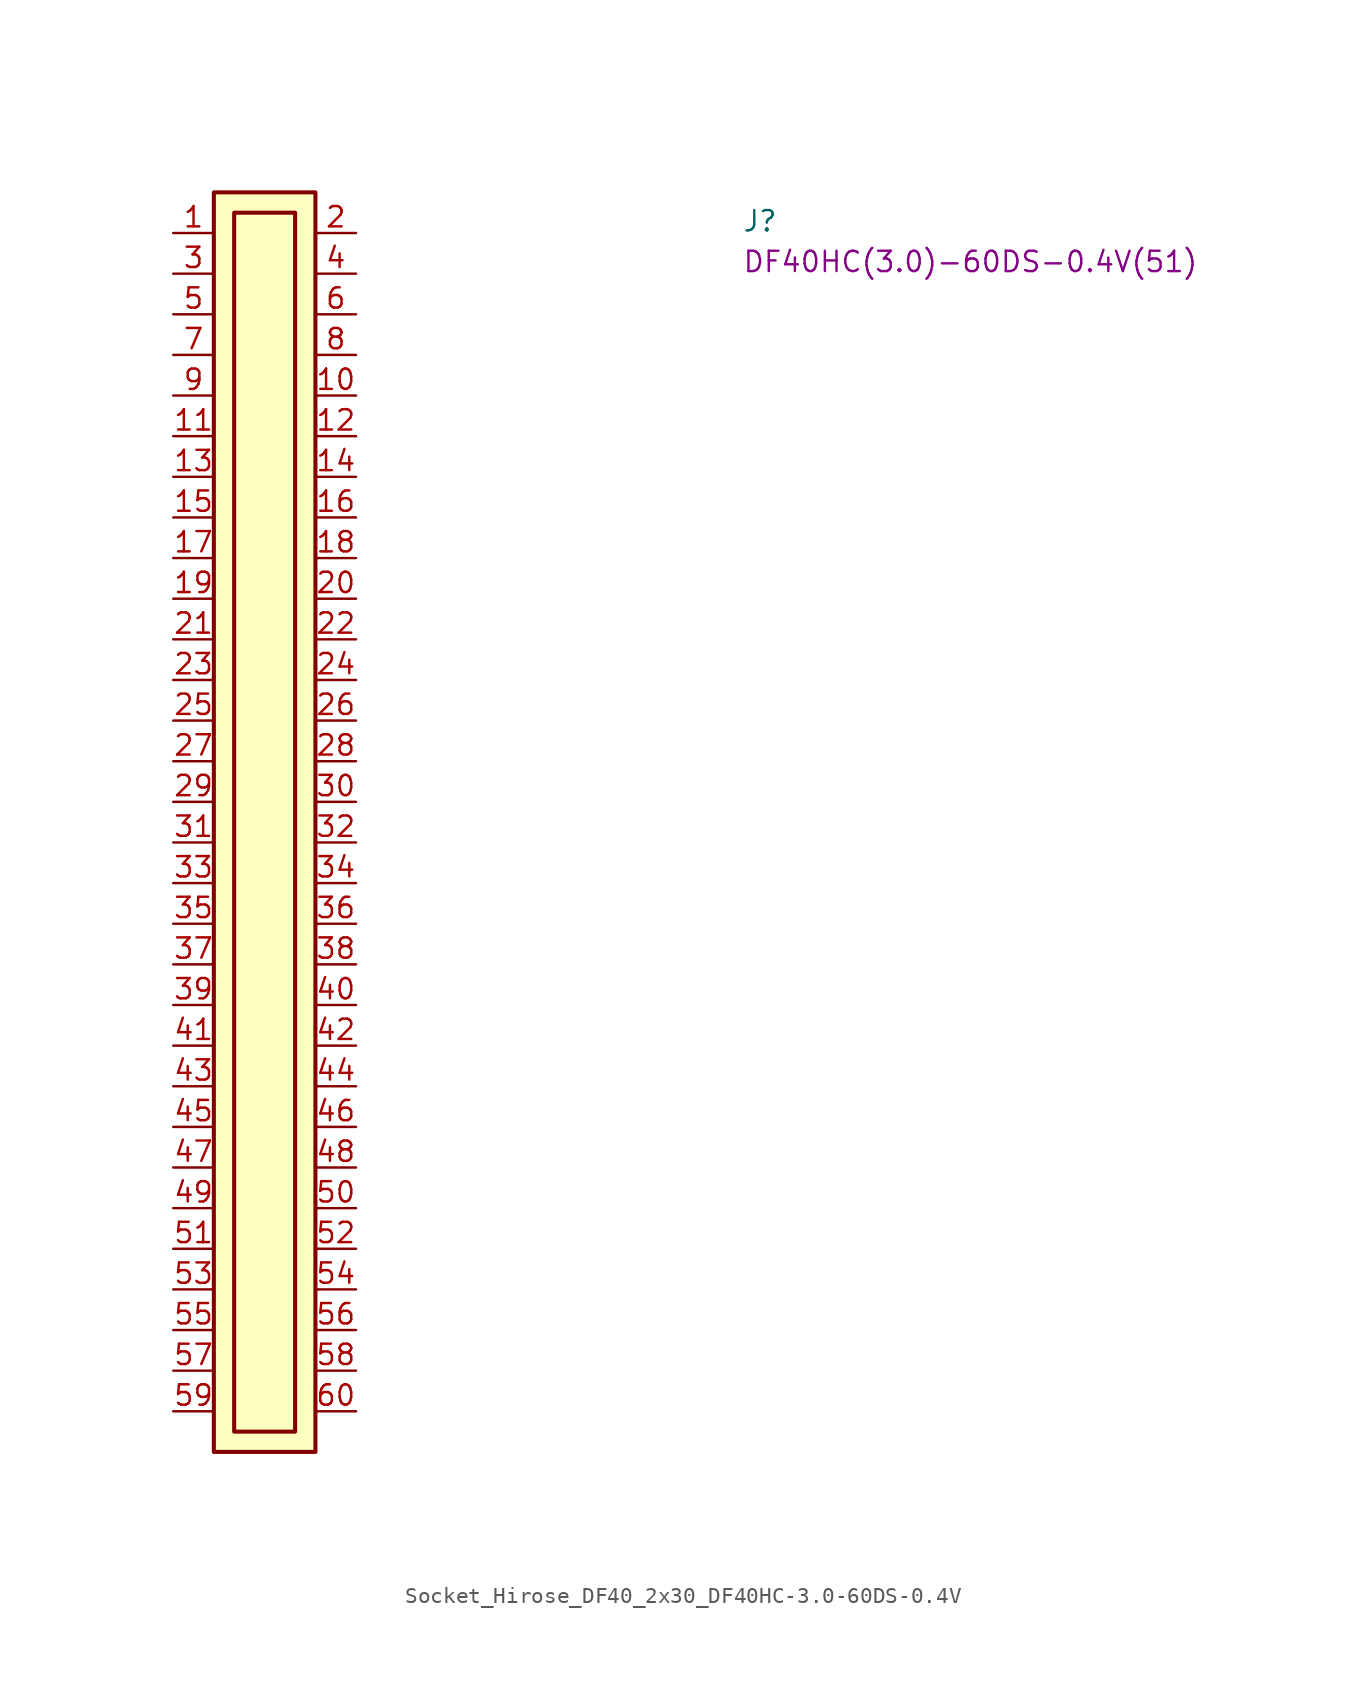
<source format=kicad_sym>
(kicad_symbol_lib
  (version 20220914)
  (generator kicad_symbol_editor)
  (symbol "Socket_Hirose_DF40_2x30_DF40HC-3.0-60DS-0.4V"
    (property "Reference" "J"
      (at 35.56 0 0)
      (effects (font (size 1.27 1.27) (thickness 0.15)) (justify left bottom)))
    (property "MPN" "DF40HC(3.0)-60DS-0.4V(51)"
      (at 35.56 -2.54 0)
      (effects (font (size 1.27 1.27) (thickness 0.15)) (justify left bottom)))
    (symbol "Socket_Hirose_DF40_2x30_DF40HC-3.0-60DS-0.4V_1_1"
      (rectangle (start 2.54 2.54) (end 8.89 -76.2) (stroke (width 0.254) (type default)) (fill (type background)))
      (rectangle (start 3.81 1.27) (end 7.62 -74.93) (stroke (width 0.254) (type default)) (fill (type background)))
      (pin passive line (at 0 0 0) (length 2.54) (name "~" (effects (font (size 1.27 1.27)))) (number "1" (effects (font (size 1.27 1.27)))))
      (pin passive line (at 11.43 -10.16 180) (length 2.54) (name "~" (effects (font (size 1.27 1.27)))) (number "10" (effects (font (size 1.27 1.27)))))
      (pin passive line (at 0 -12.7 0) (length 2.54) (name "~" (effects (font (size 1.27 1.27)))) (number "11" (effects (font (size 1.27 1.27)))))
      (pin passive line (at 11.43 -12.7 180) (length 2.54) (name "~" (effects (font (size 1.27 1.27)))) (number "12" (effects (font (size 1.27 1.27)))))
      (pin passive line (at 0 -15.24 0) (length 2.54) (name "~" (effects (font (size 1.27 1.27)))) (number "13" (effects (font (size 1.27 1.27)))))
      (pin passive line (at 11.43 -15.24 180) (length 2.54) (name "~" (effects (font (size 1.27 1.27)))) (number "14" (effects (font (size 1.27 1.27)))))
      (pin passive line (at 0 -17.78 0) (length 2.54) (name "~" (effects (font (size 1.27 1.27)))) (number "15" (effects (font (size 1.27 1.27)))))
      (pin passive line (at 11.43 -17.78 180) (length 2.54) (name "~" (effects (font (size 1.27 1.27)))) (number "16" (effects (font (size 1.27 1.27)))))
      (pin passive line (at 0 -20.32 0) (length 2.54) (name "~" (effects (font (size 1.27 1.27)))) (number "17" (effects (font (size 1.27 1.27)))))
      (pin passive line (at 11.43 -20.32 180) (length 2.54) (name "~" (effects (font (size 1.27 1.27)))) (number "18" (effects (font (size 1.27 1.27)))))
      (pin passive line (at 0 -22.86 0) (length 2.54) (name "~" (effects (font (size 1.27 1.27)))) (number "19" (effects (font (size 1.27 1.27)))))
      (pin passive line (at 11.43 0 180) (length 2.54) (name "~" (effects (font (size 1.27 1.27)))) (number "2" (effects (font (size 1.27 1.27)))))
      (pin passive line (at 11.43 -22.86 180) (length 2.54) (name "~" (effects (font (size 1.27 1.27)))) (number "20" (effects (font (size 1.27 1.27)))))
      (pin passive line (at 0 -25.4 0) (length 2.54) (name "~" (effects (font (size 1.27 1.27)))) (number "21" (effects (font (size 1.27 1.27)))))
      (pin passive line (at 11.43 -25.4 180) (length 2.54) (name "~" (effects (font (size 1.27 1.27)))) (number "22" (effects (font (size 1.27 1.27)))))
      (pin passive line (at 0 -27.94 0) (length 2.54) (name "~" (effects (font (size 1.27 1.27)))) (number "23" (effects (font (size 1.27 1.27)))))
      (pin passive line (at 11.43 -27.94 180) (length 2.54) (name "~" (effects (font (size 1.27 1.27)))) (number "24" (effects (font (size 1.27 1.27)))))
      (pin passive line (at 0 -30.48 0) (length 2.54) (name "~" (effects (font (size 1.27 1.27)))) (number "25" (effects (font (size 1.27 1.27)))))
      (pin passive line (at 11.43 -30.48 180) (length 2.54) (name "~" (effects (font (size 1.27 1.27)))) (number "26" (effects (font (size 1.27 1.27)))))
      (pin passive line (at 0 -33.02 0) (length 2.54) (name "~" (effects (font (size 1.27 1.27)))) (number "27" (effects (font (size 1.27 1.27)))))
      (pin passive line (at 11.43 -33.02 180) (length 2.54) (name "~" (effects (font (size 1.27 1.27)))) (number "28" (effects (font (size 1.27 1.27)))))
      (pin passive line (at 0 -35.56 0) (length 2.54) (name "~" (effects (font (size 1.27 1.27)))) (number "29" (effects (font (size 1.27 1.27)))))
      (pin passive line (at 0 -2.54 0) (length 2.54) (name "~" (effects (font (size 1.27 1.27)))) (number "3" (effects (font (size 1.27 1.27)))))
      (pin passive line (at 11.43 -35.56 180) (length 2.54) (name "~" (effects (font (size 1.27 1.27)))) (number "30" (effects (font (size 1.27 1.27)))))
      (pin passive line (at 0 -38.1 0) (length 2.54) (name "~" (effects (font (size 1.27 1.27)))) (number "31" (effects (font (size 1.27 1.27)))))
      (pin passive line (at 11.43 -38.1 180) (length 2.54) (name "~" (effects (font (size 1.27 1.27)))) (number "32" (effects (font (size 1.27 1.27)))))
      (pin passive line (at 0 -40.64 0) (length 2.54) (name "~" (effects (font (size 1.27 1.27)))) (number "33" (effects (font (size 1.27 1.27)))))
      (pin passive line (at 11.43 -40.64 180) (length 2.54) (name "~" (effects (font (size 1.27 1.27)))) (number "34" (effects (font (size 1.27 1.27)))))
      (pin passive line (at 0 -43.18 0) (length 2.54) (name "~" (effects (font (size 1.27 1.27)))) (number "35" (effects (font (size 1.27 1.27)))))
      (pin passive line (at 11.43 -43.18 180) (length 2.54) (name "~" (effects (font (size 1.27 1.27)))) (number "36" (effects (font (size 1.27 1.27)))))
      (pin passive line (at 0 -45.72 0) (length 2.54) (name "~" (effects (font (size 1.27 1.27)))) (number "37" (effects (font (size 1.27 1.27)))))
      (pin passive line (at 11.43 -45.72 180) (length 2.54) (name "~" (effects (font (size 1.27 1.27)))) (number "38" (effects (font (size 1.27 1.27)))))
      (pin passive line (at 0 -48.26 0) (length 2.54) (name "~" (effects (font (size 1.27 1.27)))) (number "39" (effects (font (size 1.27 1.27)))))
      (pin passive line (at 11.43 -2.54 180) (length 2.54) (name "~" (effects (font (size 1.27 1.27)))) (number "4" (effects (font (size 1.27 1.27)))))
      (pin passive line (at 11.43 -48.26 180) (length 2.54) (name "~" (effects (font (size 1.27 1.27)))) (number "40" (effects (font (size 1.27 1.27)))))
      (pin passive line (at 0 -50.8 0) (length 2.54) (name "~" (effects (font (size 1.27 1.27)))) (number "41" (effects (font (size 1.27 1.27)))))
      (pin passive line (at 11.43 -50.8 180) (length 2.54) (name "~" (effects (font (size 1.27 1.27)))) (number "42" (effects (font (size 1.27 1.27)))))
      (pin passive line (at 0 -53.34 0) (length 2.54) (name "~" (effects (font (size 1.27 1.27)))) (number "43" (effects (font (size 1.27 1.27)))))
      (pin passive line (at 11.43 -53.34 180) (length 2.54) (name "~" (effects (font (size 1.27 1.27)))) (number "44" (effects (font (size 1.27 1.27)))))
      (pin passive line (at 0 -55.88 0) (length 2.54) (name "~" (effects (font (size 1.27 1.27)))) (number "45" (effects (font (size 1.27 1.27)))))
      (pin passive line (at 11.43 -55.88 180) (length 2.54) (name "~" (effects (font (size 1.27 1.27)))) (number "46" (effects (font (size 1.27 1.27)))))
      (pin passive line (at 0 -58.42 0) (length 2.54) (name "~" (effects (font (size 1.27 1.27)))) (number "47" (effects (font (size 1.27 1.27)))))
      (pin passive line (at 11.43 -58.42 180) (length 2.54) (name "~" (effects (font (size 1.27 1.27)))) (number "48" (effects (font (size 1.27 1.27)))))
      (pin passive line (at 0 -60.96 0) (length 2.54) (name "~" (effects (font (size 1.27 1.27)))) (number "49" (effects (font (size 1.27 1.27)))))
      (pin passive line (at 0 -5.08 0) (length 2.54) (name "~" (effects (font (size 1.27 1.27)))) (number "5" (effects (font (size 1.27 1.27)))))
      (pin passive line (at 11.43 -60.96 180) (length 2.54) (name "~" (effects (font (size 1.27 1.27)))) (number "50" (effects (font (size 1.27 1.27)))))
      (pin passive line (at 0 -63.5 0) (length 2.54) (name "~" (effects (font (size 1.27 1.27)))) (number "51" (effects (font (size 1.27 1.27)))))
      (pin passive line (at 11.43 -63.5 180) (length 2.54) (name "~" (effects (font (size 1.27 1.27)))) (number "52" (effects (font (size 1.27 1.27)))))
      (pin passive line (at 0 -66.04 0) (length 2.54) (name "~" (effects (font (size 1.27 1.27)))) (number "53" (effects (font (size 1.27 1.27)))))
      (pin passive line (at 11.43 -66.04 180) (length 2.54) (name "~" (effects (font (size 1.27 1.27)))) (number "54" (effects (font (size 1.27 1.27)))))
      (pin passive line (at 0 -68.58 0) (length 2.54) (name "~" (effects (font (size 1.27 1.27)))) (number "55" (effects (font (size 1.27 1.27)))))
      (pin passive line (at 11.43 -68.58 180) (length 2.54) (name "~" (effects (font (size 1.27 1.27)))) (number "56" (effects (font (size 1.27 1.27)))))
      (pin passive line (at 0 -71.12 0) (length 2.54) (name "~" (effects (font (size 1.27 1.27)))) (number "57" (effects (font (size 1.27 1.27)))))
      (pin passive line (at 11.43 -71.12 180) (length 2.54) (name "~" (effects (font (size 1.27 1.27)))) (number "58" (effects (font (size 1.27 1.27)))))
      (pin passive line (at 0 -73.66 0) (length 2.54) (name "~" (effects (font (size 1.27 1.27)))) (number "59" (effects (font (size 1.27 1.27)))))
      (pin passive line (at 11.43 -5.08 180) (length 2.54) (name "~" (effects (font (size 1.27 1.27)))) (number "6" (effects (font (size 1.27 1.27)))))
      (pin passive line (at 11.43 -73.66 180) (length 2.54) (name "~" (effects (font (size 1.27 1.27)))) (number "60" (effects (font (size 1.27 1.27)))))
      (pin passive line (at 0 -7.62 0) (length 2.54) (name "~" (effects (font (size 1.27 1.27)))) (number "7" (effects (font (size 1.27 1.27)))))
      (pin passive line (at 11.43 -7.62 180) (length 2.54) (name "~" (effects (font (size 1.27 1.27)))) (number "8" (effects (font (size 1.27 1.27)))))
      (pin passive line (at 0 -10.16 0) (length 2.54) (name "~" (effects (font (size 1.27 1.27)))) (number "9" (effects (font (size 1.27 1.27))))))))
</source>
